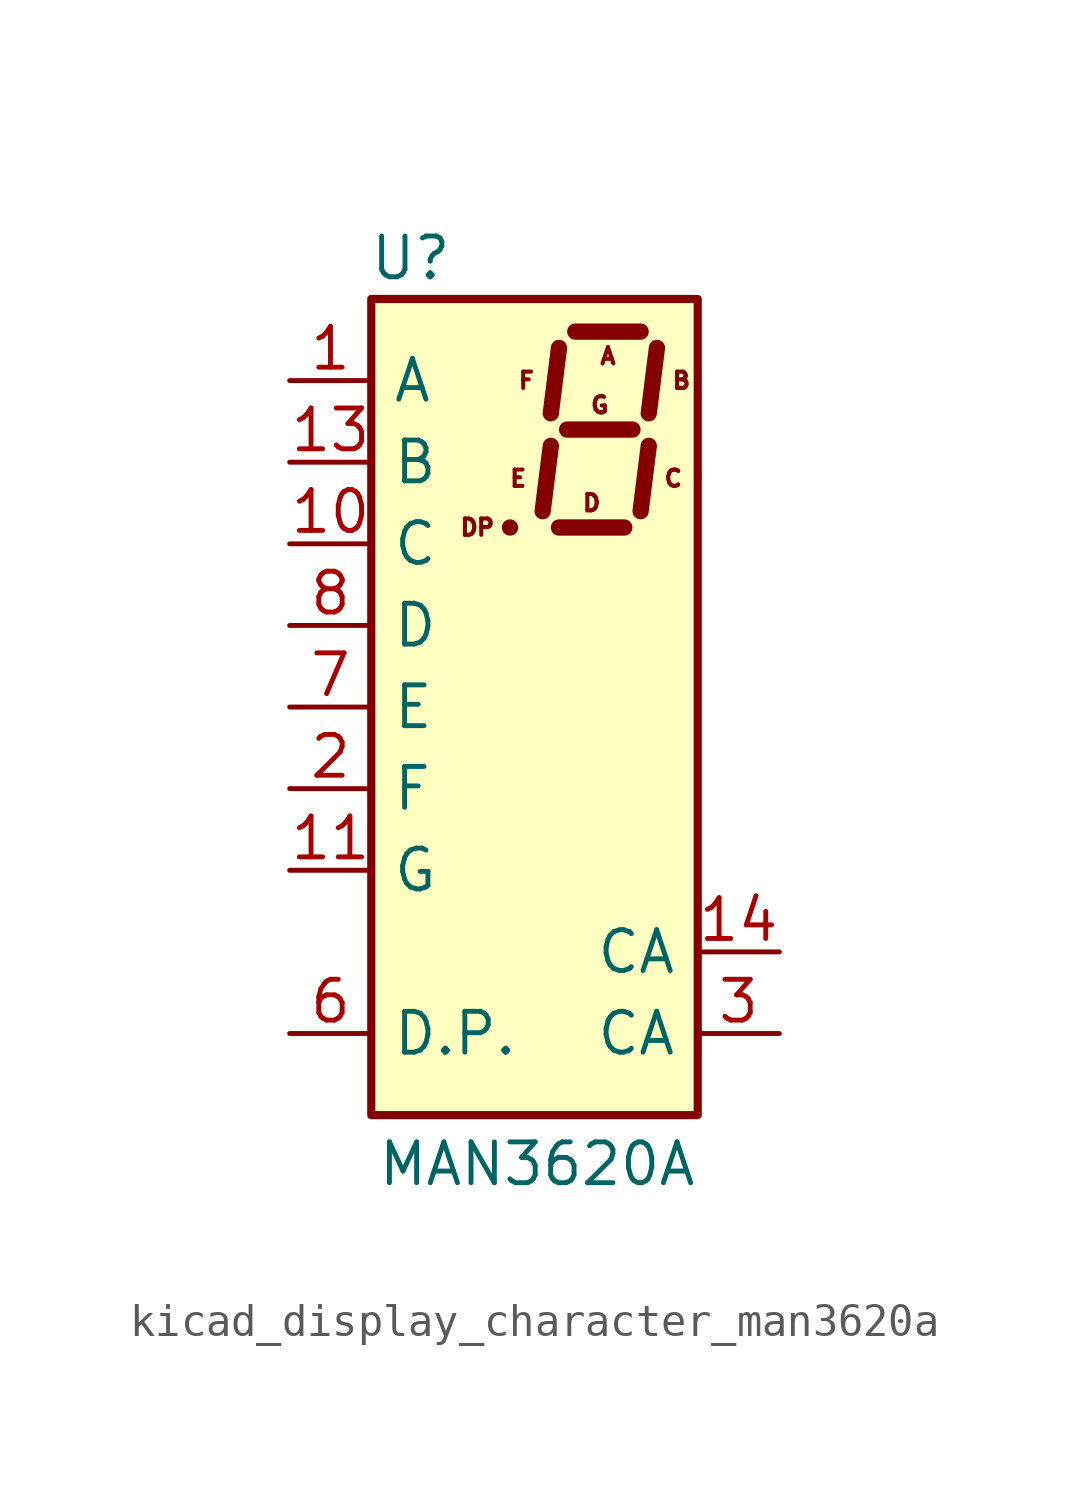
<source format=kicad_sym>
(kicad_symbol_lib
  (version 20220914)
  (generator kicad_symbol_editor)
  (symbol "kicad_display_character_man3620a"
    (pin_names
      (offset 0.635))
    (property "Reference" "U"
      (at -2.54 13.97 0)
      (effects (font (size 1.27 1.27)) (justify right)))
    (property "Value" "MAN3620A"
      (at 5.08 -14.224 0)
      (effects (font (size 1.27 1.27)) (justify right)))
    (symbol "kicad_display_character_man3620a_0_0"
      (text "A" (at 2.286 10.922 0) (effects (font (size 0.508 0.508))))
      (text "B" (at 4.572 10.16 0) (effects (font (size 0.508 0.508))))
      (text "C" (at 4.318 7.112 0) (effects (font (size 0.508 0.508))))
      (text "D" (at 1.778 6.35 0) (effects (font (size 0.508 0.508))))
      (text "DP" (at -1.778 5.588 0) (effects (font (size 0.508 0.508))))
      (text "E" (at -0.508 7.112 0) (effects (font (size 0.508 0.508))))
      (text "F" (at -0.254 10.16 0) (effects (font (size 0.508 0.508))))
      (text "G" (at 2.032 9.398 0) (effects (font (size 0.508 0.508)))))
    (symbol "kicad_display_character_man3620a_0_1"
      (rectangle (start -5.08 12.7) (end 5.08 -12.7) (stroke (width 0.254) (type default)) (fill (type background)))
      (polyline (pts (xy -0.762 5.588) (xy -0.762 5.588)) (stroke (width 0.508) (type default)) (fill (type none)))
      (polyline (pts (xy 0.508 8.128) (xy 0.254 6.096)) (stroke (width 0.508) (type default)) (fill (type none)))
      (polyline (pts (xy 0.762 5.588) (xy 2.794 5.588)) (stroke (width 0.508) (type default)) (fill (type none)))
      (polyline (pts (xy 0.762 11.176) (xy 0.508 9.144)) (stroke (width 0.508) (type default)) (fill (type none)))
      (polyline (pts (xy 1.016 8.636) (xy 3.048 8.636)) (stroke (width 0.508) (type default)) (fill (type none)))
      (polyline (pts (xy 1.27 11.684) (xy 3.302 11.684)) (stroke (width 0.508) (type default)) (fill (type none)))
      (polyline (pts (xy 3.556 8.128) (xy 3.302 6.096)) (stroke (width 0.508) (type default)) (fill (type none)))
      (polyline (pts (xy 3.81 11.176) (xy 3.556 9.144)) (stroke (width 0.508) (type default)) (fill (type none))))
    (symbol "kicad_display_character_man3620a_1_1"
      (pin input line (at -7.62 10.16 0) (length 2.54) (name "A" (effects (font (size 1.27 1.27)))) (number "1" (effects (font (size 1.27 1.27)))))
      (pin input line (at -7.62 5.08 0) (length 2.54) (name "C" (effects (font (size 1.27 1.27)))) (number "10" (effects (font (size 1.27 1.27)))))
      (pin input line (at -7.62 -5.08 0) (length 2.54) (name "G" (effects (font (size 1.27 1.27)))) (number "11" (effects (font (size 1.27 1.27)))))
      (pin no_connect line (at 5.08 -5.08 180) (length 2.54) hide (name "NC" (effects (font (size 1.27 1.27)))) (number "12" (effects (font (size 1.27 1.27)))))
      (pin input line (at -7.62 7.62 0) (length 2.54) (name "B" (effects (font (size 1.27 1.27)))) (number "13" (effects (font (size 1.27 1.27)))))
      (pin input line (at 7.62 -7.62 180) (length 2.54) (name "CA" (effects (font (size 1.27 1.27)))) (number "14" (effects (font (size 1.27 1.27)))))
      (pin input line (at -7.62 -2.54 0) (length 2.54) (name "F" (effects (font (size 1.27 1.27)))) (number "2" (effects (font (size 1.27 1.27)))))
      (pin input line (at 7.62 -10.16 180) (length 2.54) (name "CA" (effects (font (size 1.27 1.27)))) (number "3" (effects (font (size 1.27 1.27)))))
      (pin no_connect line (at 5.08 2.54 180) (length 2.54) hide (name "NC" (effects (font (size 1.27 1.27)))) (number "4" (effects (font (size 1.27 1.27)))))
      (pin no_connect line (at 5.08 0 180) (length 2.54) hide (name "NC" (effects (font (size 1.27 1.27)))) (number "5" (effects (font (size 1.27 1.27)))))
      (pin input line (at -7.62 -10.16 0) (length 2.54) (name "D.P." (effects (font (size 1.27 1.27)))) (number "6" (effects (font (size 1.27 1.27)))))
      (pin input line (at -7.62 0 0) (length 2.54) (name "E" (effects (font (size 1.27 1.27)))) (number "7" (effects (font (size 1.27 1.27)))))
      (pin input line (at -7.62 2.54 0) (length 2.54) (name "D" (effects (font (size 1.27 1.27)))) (number "8" (effects (font (size 1.27 1.27)))))
      (pin no_connect line (at 5.08 -2.54 180) (length 2.54) hide (name "NC" (effects (font (size 1.27 1.27)))) (number "9" (effects (font (size 1.27 1.27))))))))
</source>
